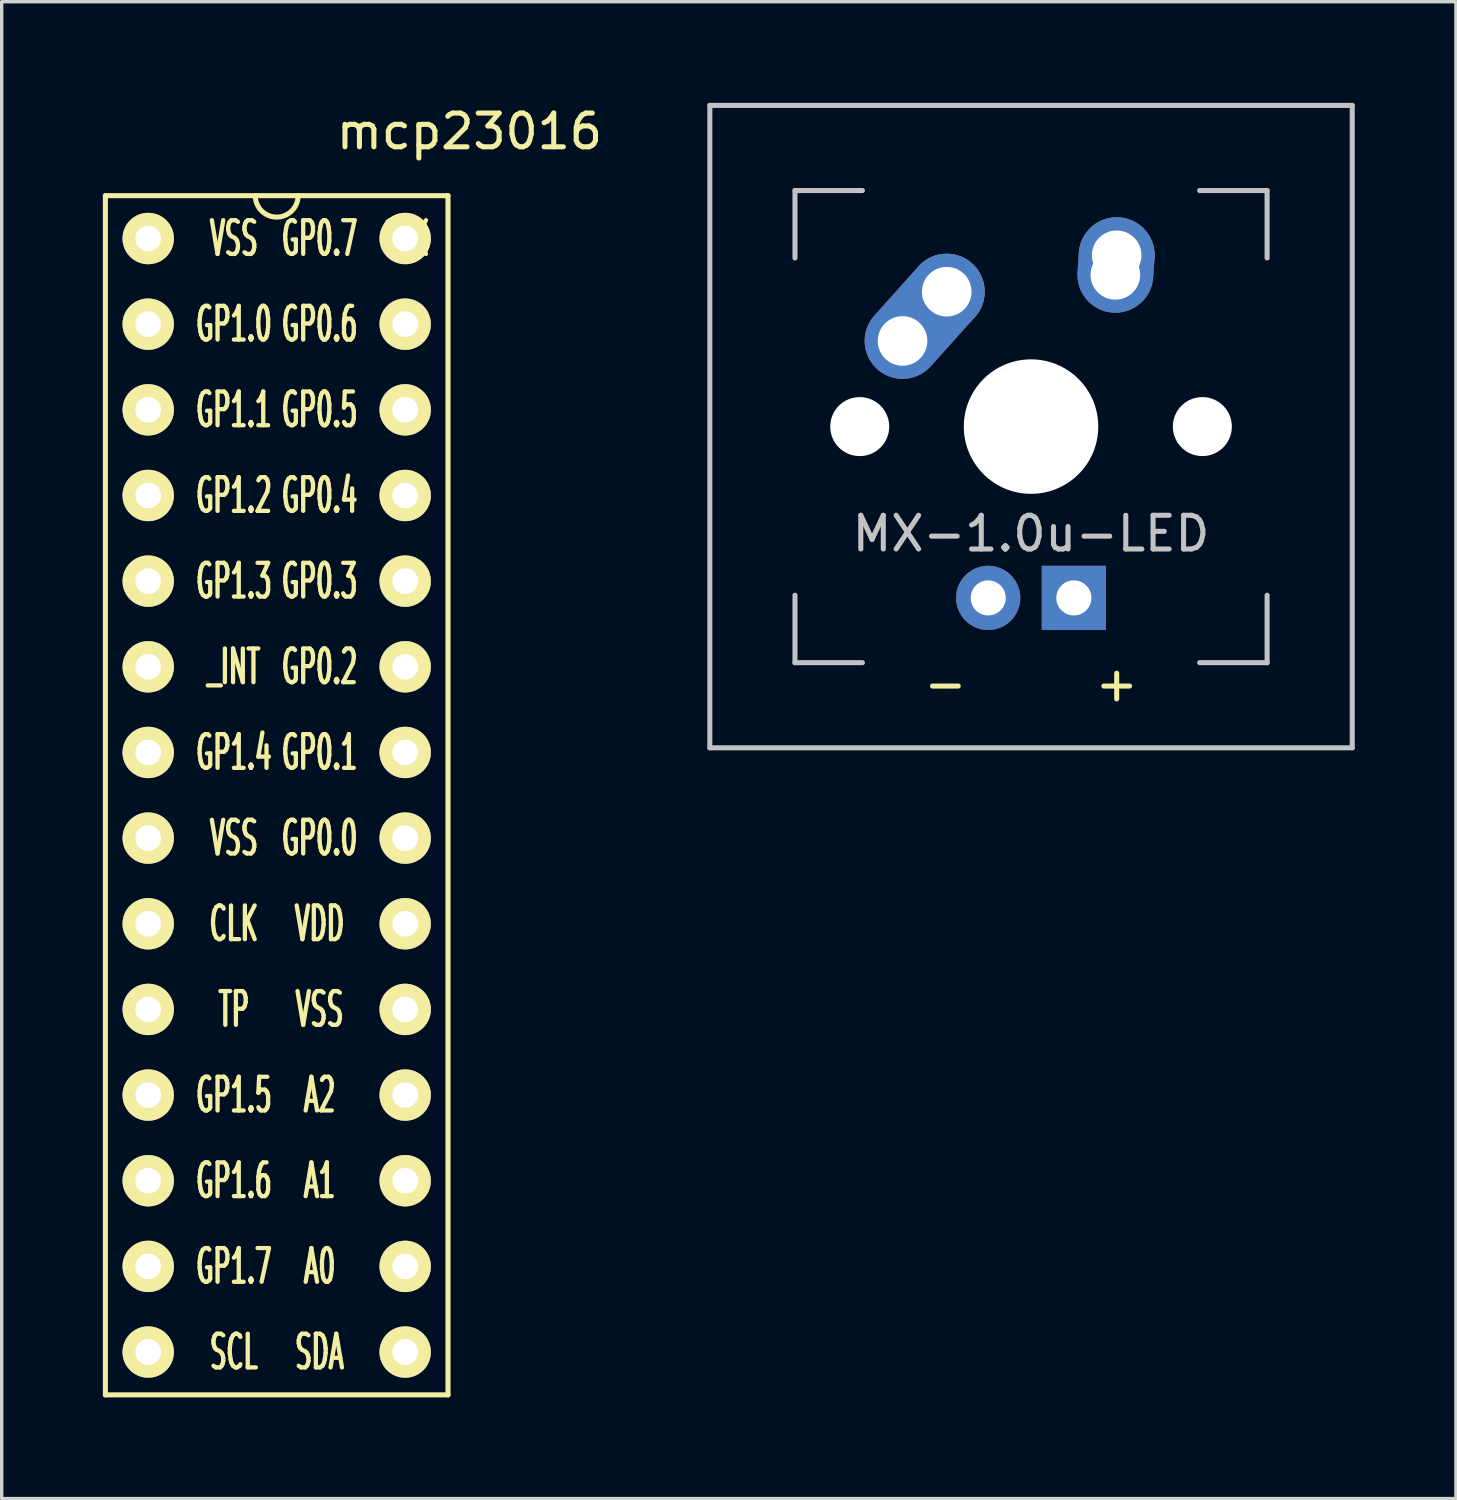
<source format=kicad_pcb>
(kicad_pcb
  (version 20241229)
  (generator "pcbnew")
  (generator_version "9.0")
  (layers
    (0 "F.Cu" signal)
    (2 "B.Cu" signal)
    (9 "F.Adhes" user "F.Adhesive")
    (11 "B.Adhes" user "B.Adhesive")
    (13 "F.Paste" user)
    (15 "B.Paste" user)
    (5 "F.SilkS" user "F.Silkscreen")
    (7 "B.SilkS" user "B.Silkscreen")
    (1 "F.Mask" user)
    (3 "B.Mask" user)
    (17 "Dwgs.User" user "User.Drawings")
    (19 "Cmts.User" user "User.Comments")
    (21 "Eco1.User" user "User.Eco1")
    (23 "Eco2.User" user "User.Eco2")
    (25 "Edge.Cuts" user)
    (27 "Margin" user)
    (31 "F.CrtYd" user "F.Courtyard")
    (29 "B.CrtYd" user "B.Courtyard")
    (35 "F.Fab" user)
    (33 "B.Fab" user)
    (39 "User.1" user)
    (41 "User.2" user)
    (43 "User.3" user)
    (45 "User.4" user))
  (footprint "MX-1.0u-LED"
    (layer "F.Cu")
    (at 27.524 9.6)
    (property "Reference" "MX-1.0u-LED" (at 0 3.175 0) (layer "Dwgs.User") (effects (font (size 1 1) (thickness 0.15))))
    (attr through_hole)
    (fp_line (start -9.525 -9.525) (end 9.525 -9.525) (stroke (width 0.15) (type solid)) (layer "Dwgs.User"))
    (fp_line (start -9.525 9.525) (end -9.525 -9.525) (stroke (width 0.15) (type solid)) (layer "Dwgs.User"))
    (fp_line (start -7 -7) (end -7 -5) (stroke (width 0.15) (type solid)) (layer "Dwgs.User"))
    (fp_line (start -7 5) (end -7 7) (stroke (width 0.15) (type solid)) (layer "Dwgs.User"))
    (fp_line (start -7 7) (end -5 7) (stroke (width 0.15) (type solid)) (layer "Dwgs.User"))
    (fp_line (start -5 -7) (end -7 -7) (stroke (width 0.15) (type solid)) (layer "Dwgs.User"))
    (fp_line (start 5 -7) (end 7 -7) (stroke (width 0.15) (type solid)) (layer "Dwgs.User"))
    (fp_line (start 5 7) (end 7 7) (stroke (width 0.15) (type solid)) (layer "Dwgs.User"))
    (fp_line (start 7 -7) (end 7 -5) (stroke (width 0.15) (type solid)) (layer "Dwgs.User"))
    (fp_line (start 7 7) (end 7 5) (stroke (width 0.15) (type solid)) (layer "Dwgs.User"))
    (fp_line (start 9.525 -9.525) (end 9.525 9.525) (stroke (width 0.15) (type solid)) (layer "Dwgs.User"))
    (fp_line (start 9.525 9.525) (end -9.525 9.525) (stroke (width 0.15) (type solid)) (layer "Dwgs.User"))
    (fp_text user "+" (at 2.54 7.62 0) (unlocked yes) (layer "F.SilkS") (effects (font (size 1 1) (thickness 0.15))))
    (fp_text user "-" (at -2.54 7.62 0) (unlocked yes) (layer "F.SilkS") (effects (font (size 1 1) (thickness 0.15))))
    (pad "" np_thru_hole circle (at -5.08 0 48.1) (size 1.75 1.75) (drill 1.75) (layers "*.Cu" "*.Mask"))
    (pad "" np_thru_hole circle (at 0 0) (size 3.988 3.988) (drill 3.988) (layers "*.Cu" "*.Mask"))
    (pad "" np_thru_hole circle (at 5.08 0 48.1) (size 1.75 1.75) (drill 1.75) (layers "*.Cu" "*.Mask"))
    (pad "1" thru_hole oval (at -3.81 -2.54 48.1) (size 4.212 2.25) (drill 1.47 (offset 0.981 0)) (layers "*.Cu" "B.Mask"))
    (pad "1" thru_hole circle (at -2.5 -4) (size 2.25 2.25) (drill 1.47) (layers "*.Cu" "B.Mask"))
    (pad "2" thru_hole oval (at 2.5 -4.5 86.055) (size 2.831 2.25) (drill 1.47 (offset 0.291 0)) (layers "*.Cu" "B.Mask"))
    (pad "2" thru_hole circle (at 2.54 -5.08) (size 2.25 2.25) (drill 1.47) (layers "*.Cu" "B.Mask"))
    (pad "3" thru_hole circle (at -1.27 5.08) (size 1.905 1.905) (drill 1.04) (layers "*.Cu" "B.Mask"))
    (pad "4" thru_hole rect (at 1.27 5.08) (size 1.905 1.905) (drill 1.04) (layers "*.Cu" "B.Mask")))
  (footprint "mcp23016"
    (layer "F.Cu")
    (at 8.965 4.023)
    (property "Reference" "mcp23016" (at 1.905 -3.175 0) (layer "F.SilkS") (effects (font (size 1 1) (thickness 0.15))))
    (attr through_hole)
    (fp_line (start -8.89 -1.27) (end 1.27 -1.27) (stroke (width 0.15) (type solid)) (layer "F.SilkS"))
    (fp_line (start -8.89 34.29) (end -8.89 -1.27) (stroke (width 0.15) (type solid)) (layer "F.SilkS"))
    (fp_line (start 1.27 -1.27) (end 1.27 34.29) (stroke (width 0.15) (type solid)) (layer "F.SilkS"))
    (fp_line (start 1.27 34.29) (end -8.89 34.29) (stroke (width 0.15) (type solid)) (layer "F.SilkS"))
    (fp_arc (start -3.175 -1.27) (mid -3.81 -0.635) (end -4.445 -1.27) (stroke (width 0.15) (type solid)) (layer "F.SilkS"))
    (fp_text user "A1" (at -2.54 27.94 0) (layer "F.SilkS") (effects (font (size 1 0.508) (thickness 0.127))))
    (fp_text user "GP0.7" (at -2.54 0 0) (layer "F.SilkS") (effects (font (size 1 0.508) (thickness 0.127))))
    (fp_text user "GP0.3" (at -2.54 10.16 0) (layer "F.SilkS") (effects (font (size 1 0.508) (thickness 0.127))))
    (fp_text user "GP1.2" (at -5.08 7.62 0) (layer "F.SilkS") (effects (font (size 1 0.508) (thickness 0.127))))
    (fp_text user "VSS" (at -5.08 0 0) (layer "F.SilkS") (effects (font (size 1 0.508) (thickness 0.127))))
    (fp_text user "VSS" (at -2.54 22.86 0) (layer "F.SilkS") (effects (font (size 1 0.508) (thickness 0.127))))
    (fp_text user "GP1.7" (at -5.08 30.48 0) (layer "F.SilkS") (effects (font (size 1 0.508) (thickness 0.127))))
    (fp_text user "GP1.1" (at -5.08 5.08 0) (layer "F.SilkS") (effects (font (size 1 0.508) (thickness 0.127))))
    (fp_text user "GP0.5" (at -2.54 5.08 0) (layer "F.SilkS") (effects (font (size 1 0.508) (thickness 0.127))))
    (fp_text user "GP1.3" (at -5.08 10.16 0) (layer "F.SilkS") (effects (font (size 1 0.508) (thickness 0.127))))
    (fp_text user "CLK" (at -5.08 20.32 0) (layer "F.SilkS") (effects (font (size 1 0.508) (thickness 0.127))))
    (fp_text user "GP1.6" (at -5.08 27.94 0) (layer "F.SilkS") (effects (font (size 1 0.508) (thickness 0.127))))
    (fp_text user "GP0.6" (at -2.54 2.54 0) (layer "F.SilkS") (effects (font (size 1 0.508) (thickness 0.127))))
    (fp_text user "A0" (at -2.54 30.48 0) (layer "F.SilkS") (effects (font (size 1 0.508) (thickness 0.127))))
    (fp_text user "A2" (at -2.54 25.4 0) (layer "F.SilkS") (effects (font (size 1 0.508) (thickness 0.127))))
    (fp_text user "GP0.2" (at -2.54 12.7 0) (layer "F.SilkS") (effects (font (size 1 0.508) (thickness 0.127))))
    (fp_text user "TP" (at -5.08 22.86 0) (layer "F.SilkS") (effects (font (size 1 0.508) (thickness 0.127))))
    (fp_text user "CLK" (at 0 0 0) (layer "F.SilkS") (effects (font (size 1 0.508) (thickness 0.127))))
    (fp_text user "SDA" (at -2.54 33.02 0) (layer "F.SilkS") (effects (font (size 1 0.508) (thickness 0.127))))
    (fp_text user "GP0.4" (at -2.54 7.62 0) (layer "F.SilkS") (effects (font (size 1 0.508) (thickness 0.127))))
    (fp_text user "GP0.0" (at -2.54 17.78 0) (layer "F.SilkS") (effects (font (size 1 0.508) (thickness 0.127))))
    (fp_text user "_INT" (at -5.08 12.7 0) (layer "F.SilkS") (effects (font (size 1 0.508) (thickness 0.127))))
    (fp_text user "VSS" (at -5.08 17.78 0) (layer "F.SilkS") (effects (font (size 1 0.508) (thickness 0.127))))
    (fp_text user "GP1.4" (at -5.08 15.24 0) (layer "F.SilkS") (effects (font (size 1 0.508) (thickness 0.127))))
    (fp_text user "GP1.5" (at -5.08 25.4 0) (layer "F.SilkS") (effects (font (size 1 0.508) (thickness 0.127))))
    (fp_text user "GP1.0" (at -5.08 2.54 0) (layer "F.SilkS") (effects (font (size 1 0.508) (thickness 0.127))))
    (fp_text user "SCL" (at -5.08 33.02 0) (layer "F.SilkS") (effects (font (size 1 0.508) (thickness 0.127))))
    (fp_text user "VDD" (at -2.54 20.32 0) (layer "F.SilkS") (effects (font (size 1 0.508) (thickness 0.127))))
    (fp_text user "GP0.1" (at -2.54 15.24 0) (layer "F.SilkS") (effects (font (size 1 0.508) (thickness 0.127))))
    (pad "1" thru_hole circle (at -7.62 0) (size 1.524 1.524) (drill 0.762) (layers "*.Cu" "*.Mask" "F.SilkS"))
    (pad "2" thru_hole circle (at -7.62 2.54) (size 1.524 1.524) (drill 0.762) (layers "*.Cu" "*.Mask" "F.SilkS"))
    (pad "3" thru_hole circle (at -7.62 5.08) (size 1.524 1.524) (drill 0.762) (layers "*.Cu" "*.Mask" "F.SilkS"))
    (pad "4" thru_hole circle (at -7.62 7.62) (size 1.524 1.524) (drill 0.762) (layers "*.Cu" "*.Mask" "F.SilkS"))
    (pad "5" thru_hole circle (at -7.62 10.16) (size 1.524 1.524) (drill 0.762) (layers "*.Cu" "*.Mask" "F.SilkS"))
    (pad "6" thru_hole circle (at -7.62 12.7) (size 1.524 1.524) (drill 0.762) (layers "*.Cu" "*.Mask" "F.SilkS"))
    (pad "7" thru_hole circle (at -7.62 15.24) (size 1.524 1.524) (drill 0.762) (layers "*.Cu" "*.Mask" "F.SilkS"))
    (pad "8" thru_hole circle (at -7.62 17.78) (size 1.524 1.524) (drill 0.762) (layers "*.Cu" "*.Mask" "F.SilkS"))
    (pad "9" thru_hole circle (at -7.62 20.32) (size 1.524 1.524) (drill 0.762) (layers "*.Cu" "*.Mask" "F.SilkS"))
    (pad "10" thru_hole circle (at -7.62 22.86) (size 1.524 1.524) (drill 0.762) (layers "*.Cu" "*.Mask" "F.SilkS"))
    (pad "11" thru_hole circle (at -7.62 25.4) (size 1.524 1.524) (drill 0.762) (layers "*.Cu" "*.Mask" "F.SilkS"))
    (pad "12" thru_hole circle (at -7.62 27.94) (size 1.524 1.524) (drill 0.762) (layers "*.Cu" "*.Mask" "F.SilkS"))
    (pad "13" thru_hole circle (at -7.62 30.48) (size 1.524 1.524) (drill 0.762) (layers "*.Cu" "*.Mask" "F.SilkS"))
    (pad "14" thru_hole circle (at -7.62 33.02) (size 1.524 1.524) (drill 0.762) (layers "*.Cu" "*.Mask" "F.SilkS"))
    (pad "15" thru_hole circle (at 0 33.02) (size 1.524 1.524) (drill 0.762) (layers "*.Cu" "*.Mask" "F.SilkS"))
    (pad "16" thru_hole circle (at 0 30.48) (size 1.524 1.524) (drill 0.762) (layers "*.Cu" "*.Mask" "F.SilkS"))
    (pad "17" thru_hole circle (at 0 27.94) (size 1.524 1.524) (drill 0.762) (layers "*.Cu" "*.Mask" "F.SilkS"))
    (pad "18" thru_hole circle (at 0 25.4) (size 1.524 1.524) (drill 0.762) (layers "*.Cu" "*.Mask" "F.SilkS"))
    (pad "19" thru_hole circle (at 0 22.86) (size 1.524 1.524) (drill 0.762) (layers "*.Cu" "*.Mask" "F.SilkS"))
    (pad "20" thru_hole circle (at 0 20.32) (size 1.524 1.524) (drill 0.762) (layers "*.Cu" "*.Mask" "F.SilkS"))
    (pad "21" thru_hole circle (at 0 17.78) (size 1.524 1.524) (drill 0.762) (layers "*.Cu" "*.Mask" "F.SilkS"))
    (pad "22" thru_hole circle (at 0 15.24) (size 1.524 1.524) (drill 0.762) (layers "*.Cu" "*.Mask" "F.SilkS"))
    (pad "23" thru_hole circle (at 0 12.7) (size 1.524 1.524) (drill 0.762) (layers "*.Cu" "*.Mask" "F.SilkS"))
    (pad "24" thru_hole circle (at 0 10.16) (size 1.524 1.524) (drill 0.762) (layers "*.Cu" "*.Mask" "F.SilkS"))
    (pad "25" thru_hole circle (at 0 7.62) (size 1.524 1.524) (drill 0.762) (layers "*.Cu" "*.Mask" "F.SilkS"))
    (pad "26" thru_hole circle (at 0 5.08) (size 1.524 1.524) (drill 0.762) (layers "*.Cu" "*.Mask" "F.SilkS"))
    (pad "27" thru_hole circle (at 0 2.54) (size 1.524 1.524) (drill 0.762) (layers "*.Cu" "*.Mask" "F.SilkS"))
    (pad "28" thru_hole circle (at 0 0) (size 1.524 1.524) (drill 0.762) (layers "*.Cu" "*.Mask" "F.SilkS")))
  (gr_rect
    (start -3 -3)
    (end 40.124 41.388)
    (stroke (width 0.1) (type default))
    (fill no)
    (layer "Edge.Cuts")))
</source>
